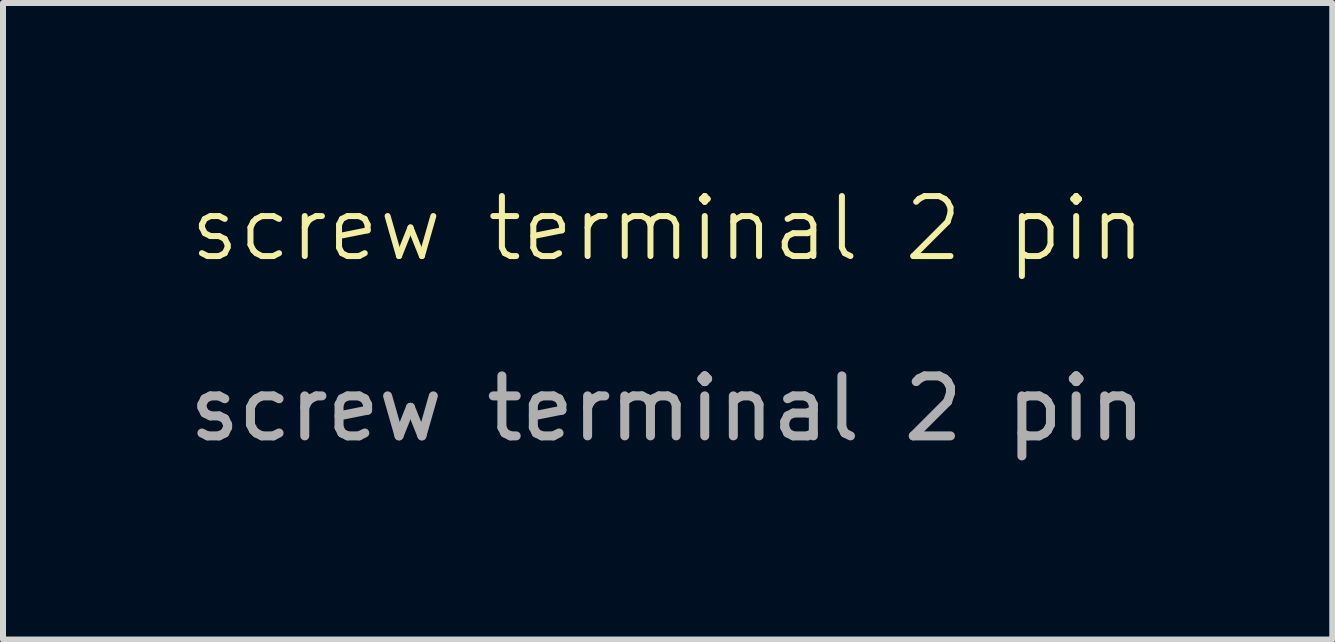
<source format=kicad_pcb>
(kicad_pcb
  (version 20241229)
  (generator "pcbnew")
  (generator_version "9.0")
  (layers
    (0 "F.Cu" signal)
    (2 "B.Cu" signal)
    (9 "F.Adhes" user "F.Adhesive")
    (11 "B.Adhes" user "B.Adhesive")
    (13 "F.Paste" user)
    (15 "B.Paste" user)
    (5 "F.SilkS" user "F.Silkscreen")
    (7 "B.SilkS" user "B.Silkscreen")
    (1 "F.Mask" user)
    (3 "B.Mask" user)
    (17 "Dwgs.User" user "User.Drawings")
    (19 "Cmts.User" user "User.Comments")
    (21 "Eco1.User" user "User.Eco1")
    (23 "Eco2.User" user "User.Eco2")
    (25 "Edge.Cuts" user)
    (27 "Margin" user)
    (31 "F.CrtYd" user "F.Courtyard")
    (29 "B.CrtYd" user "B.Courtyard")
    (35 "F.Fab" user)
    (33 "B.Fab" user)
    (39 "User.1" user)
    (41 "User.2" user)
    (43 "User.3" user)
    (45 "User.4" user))
  (footprint "screw terminal 2 pin"
    (layer "F.Cu")
    (at 8.077 1.26)
    (property "Reference" "screw terminal 2 pin" (at 0 -0.5 0) (unlocked yes) (layer "F.SilkS") (effects (font (size 1 1) (thickness 0.1))))
    (attr through_hole)
    (fp_text user "${REFERENCE}" (at 0 2.5 0) (unlocked yes) (layer "F.Fab") (effects (font (size 1 1) (thickness 0.15)))))
  (gr_rect
    (start -3 -3)
    (end 19.155 7.609)
    (stroke (width 0.1) (type default))
    (fill no)
    (layer "Edge.Cuts")))
</source>
